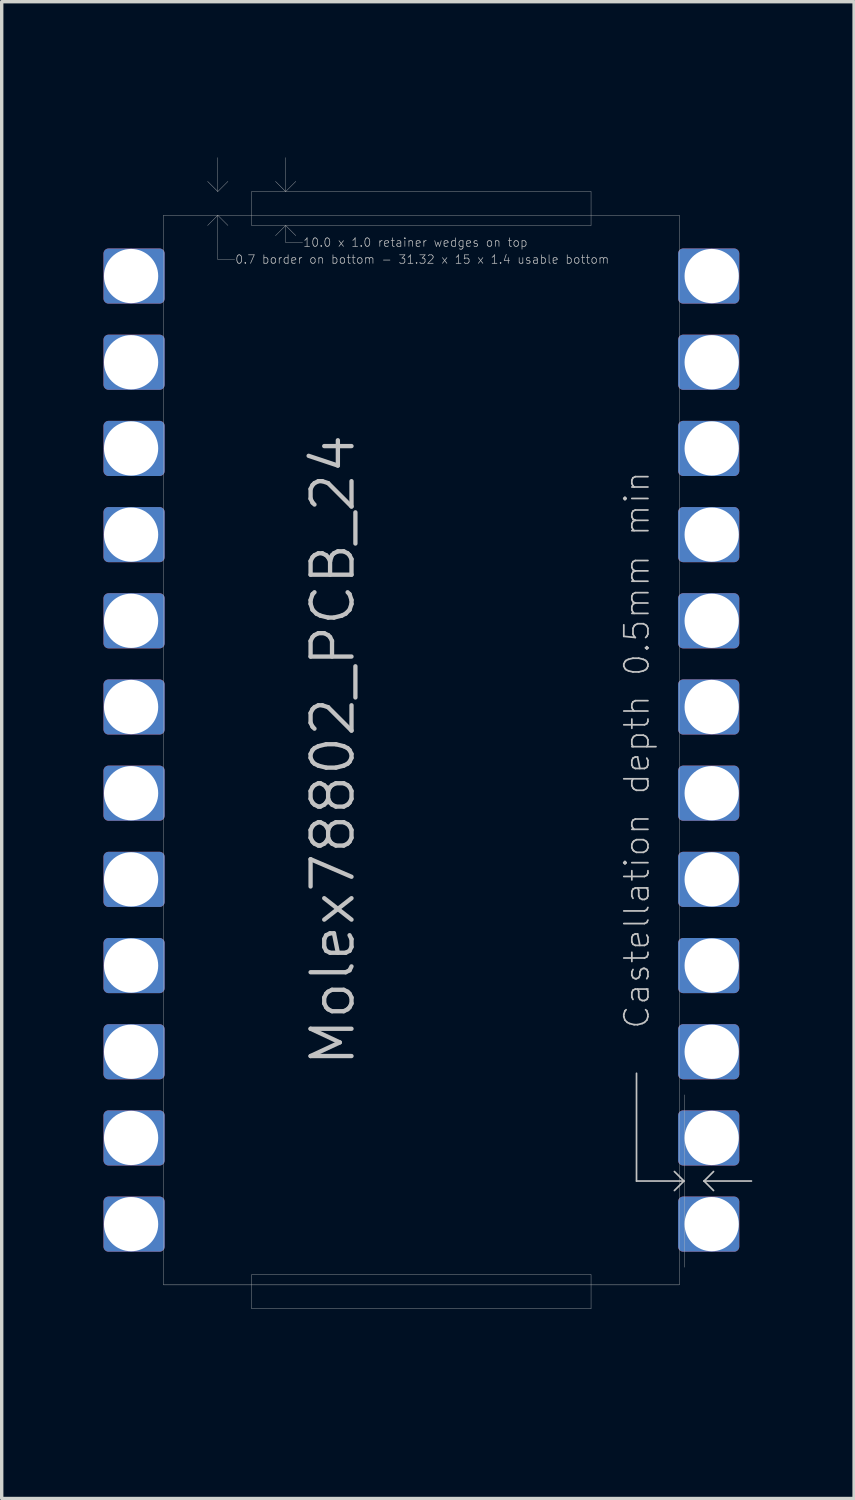
<source format=kicad_pcb>
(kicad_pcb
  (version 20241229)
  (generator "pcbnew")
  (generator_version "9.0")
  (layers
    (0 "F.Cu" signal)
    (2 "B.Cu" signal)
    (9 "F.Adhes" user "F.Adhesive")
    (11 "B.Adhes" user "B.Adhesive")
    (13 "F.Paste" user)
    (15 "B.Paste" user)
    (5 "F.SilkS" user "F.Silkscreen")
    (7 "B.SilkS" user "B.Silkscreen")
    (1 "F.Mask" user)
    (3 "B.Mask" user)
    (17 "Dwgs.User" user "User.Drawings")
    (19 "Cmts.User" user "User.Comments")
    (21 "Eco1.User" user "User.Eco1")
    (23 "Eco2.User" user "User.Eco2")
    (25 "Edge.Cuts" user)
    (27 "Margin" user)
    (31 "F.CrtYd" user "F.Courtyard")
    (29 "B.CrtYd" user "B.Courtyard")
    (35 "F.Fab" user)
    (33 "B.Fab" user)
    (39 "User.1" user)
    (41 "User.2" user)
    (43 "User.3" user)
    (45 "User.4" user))
  (footprint "Molex78802_PCB_24"
    (layer "F.Cu")
    (at 9.368 19.055)
    (property "Reference" "Molex78802_PCB_24" (at -1.905 0 270) (layer "Dwgs.User") (effects (font (size 1.206 1.206) (thickness 0.127)) (justify bottom)))
    (attr exclude_from_pos_files exclude_from_bom)
    (fp_poly (pts (xy -7.717 -13.31) (xy -9.216 -13.31) (xy -9.216 -14.63) (xy -7.717 -14.63)) (stroke (width 0.305) (type solid)) (fill yes) (layer "F.Cu"))
    (fp_poly (pts (xy -7.717 -10.77) (xy -9.216 -10.77) (xy -9.216 -12.09) (xy -7.717 -12.09)) (stroke (width 0.305) (type solid)) (fill yes) (layer "F.Cu"))
    (fp_poly (pts (xy -7.717 -8.23) (xy -9.216 -8.23) (xy -9.216 -9.55) (xy -7.717 -9.55)) (stroke (width 0.305) (type solid)) (fill yes) (layer "F.Cu"))
    (fp_poly (pts (xy -7.717 -5.69) (xy -9.216 -5.69) (xy -9.216 -7.01) (xy -7.717 -7.01)) (stroke (width 0.305) (type solid)) (fill yes) (layer "F.Cu"))
    (fp_poly (pts (xy -7.717 -3.15) (xy -9.216 -3.15) (xy -9.216 -4.47) (xy -7.717 -4.47)) (stroke (width 0.305) (type solid)) (fill yes) (layer "F.Cu"))
    (fp_poly (pts (xy -7.717 -0.61) (xy -9.216 -0.61) (xy -9.216 -1.93) (xy -7.717 -1.93)) (stroke (width 0.305) (type solid)) (fill yes) (layer "F.Cu"))
    (fp_poly (pts (xy -7.717 1.93) (xy -9.216 1.93) (xy -9.216 0.61) (xy -7.717 0.61)) (stroke (width 0.305) (type solid)) (fill yes) (layer "F.Cu"))
    (fp_poly (pts (xy -7.717 4.47) (xy -9.216 4.47) (xy -9.216 3.15) (xy -7.717 3.15)) (stroke (width 0.305) (type solid)) (fill yes) (layer "F.Cu"))
    (fp_poly (pts (xy -7.717 7.01) (xy -9.216 7.01) (xy -9.216 5.69) (xy -7.717 5.69)) (stroke (width 0.305) (type solid)) (fill yes) (layer "F.Cu"))
    (fp_poly (pts (xy -7.717 9.55) (xy -9.216 9.55) (xy -9.216 8.23) (xy -7.717 8.23)) (stroke (width 0.305) (type solid)) (fill yes) (layer "F.Cu"))
    (fp_poly (pts (xy -7.717 12.09) (xy -9.216 12.09) (xy -9.216 10.77) (xy -7.717 10.77)) (stroke (width 0.305) (type solid)) (fill yes) (layer "F.Cu"))
    (fp_poly (pts (xy -7.717 14.63) (xy -9.216 14.63) (xy -9.216 13.31) (xy -7.717 13.31)) (stroke (width 0.305) (type solid)) (fill yes) (layer "F.Cu"))
    (fp_poly (pts (xy 9.216 -13.31) (xy 7.717 -13.31) (xy 7.717 -14.63) (xy 9.216 -14.63)) (stroke (width 0.305) (type solid)) (fill yes) (layer "F.Cu"))
    (fp_poly (pts (xy 9.216 -10.77) (xy 7.717 -10.77) (xy 7.717 -12.09) (xy 9.216 -12.09)) (stroke (width 0.305) (type solid)) (fill yes) (layer "F.Cu"))
    (fp_poly (pts (xy 9.216 -8.23) (xy 7.717 -8.23) (xy 7.717 -9.55) (xy 9.216 -9.55)) (stroke (width 0.305) (type solid)) (fill yes) (layer "F.Cu"))
    (fp_poly (pts (xy 9.216 -5.69) (xy 7.717 -5.69) (xy 7.717 -7.01) (xy 9.216 -7.01)) (stroke (width 0.305) (type solid)) (fill yes) (layer "F.Cu"))
    (fp_poly (pts (xy 9.216 -3.15) (xy 7.717 -3.15) (xy 7.717 -4.47) (xy 9.216 -4.47)) (stroke (width 0.305) (type solid)) (fill yes) (layer "F.Cu"))
    (fp_poly (pts (xy 9.216 -0.61) (xy 7.717 -0.61) (xy 7.717 -1.93) (xy 9.216 -1.93)) (stroke (width 0.305) (type solid)) (fill yes) (layer "F.Cu"))
    (fp_poly (pts (xy 9.216 1.93) (xy 7.717 1.93) (xy 7.717 0.61) (xy 9.216 0.61)) (stroke (width 0.305) (type solid)) (fill yes) (layer "F.Cu"))
    (fp_poly (pts (xy 9.216 4.47) (xy 7.717 4.47) (xy 7.717 3.15) (xy 9.216 3.15)) (stroke (width 0.305) (type solid)) (fill yes) (layer "F.Cu"))
    (fp_poly (pts (xy 9.216 7.01) (xy 7.717 7.01) (xy 7.717 5.69) (xy 9.216 5.69)) (stroke (width 0.305) (type solid)) (fill yes) (layer "F.Cu"))
    (fp_poly (pts (xy 9.216 9.55) (xy 7.717 9.55) (xy 7.717 8.23) (xy 9.216 8.23)) (stroke (width 0.305) (type solid)) (fill yes) (layer "F.Cu"))
    (fp_poly (pts (xy 9.216 12.09) (xy 7.717 12.09) (xy 7.717 10.77) (xy 9.216 10.77)) (stroke (width 0.305) (type solid)) (fill yes) (layer "F.Cu"))
    (fp_poly (pts (xy 9.216 14.63) (xy 7.717 14.63) (xy 7.717 13.31) (xy 9.216 13.31)) (stroke (width 0.305) (type solid)) (fill yes) (layer "F.Cu"))
    (fp_poly (pts (xy -7.717 -14.63) (xy -9.216 -14.63) (xy -9.216 -13.31) (xy -7.717 -13.31)) (stroke (width 0.305) (type solid)) (fill yes) (layer "B.Cu"))
    (fp_poly (pts (xy -7.717 -12.09) (xy -9.216 -12.09) (xy -9.216 -10.77) (xy -7.717 -10.77)) (stroke (width 0.305) (type solid)) (fill yes) (layer "B.Cu"))
    (fp_poly (pts (xy -7.717 -9.55) (xy -9.216 -9.55) (xy -9.216 -8.23) (xy -7.717 -8.23)) (stroke (width 0.305) (type solid)) (fill yes) (layer "B.Cu"))
    (fp_poly (pts (xy -7.717 -7.01) (xy -9.216 -7.01) (xy -9.216 -5.69) (xy -7.717 -5.69)) (stroke (width 0.305) (type solid)) (fill yes) (layer "B.Cu"))
    (fp_poly (pts (xy -7.717 -4.47) (xy -9.216 -4.47) (xy -9.216 -3.15) (xy -7.717 -3.15)) (stroke (width 0.305) (type solid)) (fill yes) (layer "B.Cu"))
    (fp_poly (pts (xy -7.717 -1.93) (xy -9.216 -1.93) (xy -9.216 -0.61) (xy -7.717 -0.61)) (stroke (width 0.305) (type solid)) (fill yes) (layer "B.Cu"))
    (fp_poly (pts (xy -7.717 0.61) (xy -9.216 0.61) (xy -9.216 1.93) (xy -7.717 1.93)) (stroke (width 0.305) (type solid)) (fill yes) (layer "B.Cu"))
    (fp_poly (pts (xy -7.717 3.15) (xy -9.216 3.15) (xy -9.216 4.47) (xy -7.717 4.47)) (stroke (width 0.305) (type solid)) (fill yes) (layer "B.Cu"))
    (fp_poly (pts (xy -7.717 5.69) (xy -9.216 5.69) (xy -9.216 7.01) (xy -7.717 7.01)) (stroke (width 0.305) (type solid)) (fill yes) (layer "B.Cu"))
    (fp_poly (pts (xy -7.717 8.23) (xy -9.216 8.23) (xy -9.216 9.55) (xy -7.717 9.55)) (stroke (width 0.305) (type solid)) (fill yes) (layer "B.Cu"))
    (fp_poly (pts (xy -7.717 10.77) (xy -9.216 10.77) (xy -9.216 12.09) (xy -7.717 12.09)) (stroke (width 0.305) (type solid)) (fill yes) (layer "B.Cu"))
    (fp_poly (pts (xy -7.717 13.31) (xy -9.216 13.31) (xy -9.216 14.63) (xy -7.717 14.63)) (stroke (width 0.305) (type solid)) (fill yes) (layer "B.Cu"))
    (fp_poly (pts (xy 9.216 -14.63) (xy 7.717 -14.63) (xy 7.717 -13.31) (xy 9.216 -13.31)) (stroke (width 0.305) (type solid)) (fill yes) (layer "B.Cu"))
    (fp_poly (pts (xy 9.216 -12.09) (xy 7.717 -12.09) (xy 7.717 -10.77) (xy 9.216 -10.77)) (stroke (width 0.305) (type solid)) (fill yes) (layer "B.Cu"))
    (fp_poly (pts (xy 9.216 -9.55) (xy 7.717 -9.55) (xy 7.717 -8.23) (xy 9.216 -8.23)) (stroke (width 0.305) (type solid)) (fill yes) (layer "B.Cu"))
    (fp_poly (pts (xy 9.216 -7.01) (xy 7.717 -7.01) (xy 7.717 -5.69) (xy 9.216 -5.69)) (stroke (width 0.305) (type solid)) (fill yes) (layer "B.Cu"))
    (fp_poly (pts (xy 9.216 -4.47) (xy 7.717 -4.47) (xy 7.717 -3.15) (xy 9.216 -3.15)) (stroke (width 0.305) (type solid)) (fill yes) (layer "B.Cu"))
    (fp_poly (pts (xy 9.216 -1.93) (xy 7.717 -1.93) (xy 7.717 -0.61) (xy 9.216 -0.61)) (stroke (width 0.305) (type solid)) (fill yes) (layer "B.Cu"))
    (fp_poly (pts (xy 9.216 0.61) (xy 7.717 0.61) (xy 7.717 1.93) (xy 9.216 1.93)) (stroke (width 0.305) (type solid)) (fill yes) (layer "B.Cu"))
    (fp_poly (pts (xy 9.216 3.15) (xy 7.717 3.15) (xy 7.717 4.47) (xy 9.216 4.47)) (stroke (width 0.305) (type solid)) (fill yes) (layer "B.Cu"))
    (fp_poly (pts (xy 9.216 5.69) (xy 7.717 5.69) (xy 7.717 7.01) (xy 9.216 7.01)) (stroke (width 0.305) (type solid)) (fill yes) (layer "B.Cu"))
    (fp_poly (pts (xy 9.216 8.23) (xy 7.717 8.23) (xy 7.717 9.55) (xy 9.216 9.55)) (stroke (width 0.305) (type solid)) (fill yes) (layer "B.Cu"))
    (fp_poly (pts (xy 9.216 10.77) (xy 7.717 10.77) (xy 7.717 12.09) (xy 9.216 12.09)) (stroke (width 0.305) (type solid)) (fill yes) (layer "B.Cu"))
    (fp_poly (pts (xy 9.216 13.31) (xy 7.717 13.31) (xy 7.717 14.63) (xy 9.216 14.63)) (stroke (width 0.305) (type solid)) (fill yes) (layer "B.Cu"))
    (fp_line (start -7.6 -15.76) (end -7.6 15.76) (stroke (width 0.01) (type solid)) (layer "Dwgs.User"))
    (fp_line (start -7.6 -15.76) (end 7.6 -15.76) (stroke (width 0.01) (type solid)) (layer "Dwgs.User"))
    (fp_line (start -7.6 15.76) (end 7.6 15.76) (stroke (width 0.01) (type solid)) (layer "Dwgs.User"))
    (fp_line (start -6 -16.46) (end -6.3 -16.76) (stroke (width 0.01) (type solid)) (layer "Dwgs.User"))
    (fp_line (start -6 -16.46) (end -6 -17.46) (stroke (width 0.01) (type solid)) (layer "Dwgs.User"))
    (fp_line (start -6 -16.46) (end -5.7 -16.76) (stroke (width 0.01) (type solid)) (layer "Dwgs.User"))
    (fp_line (start -6 -15.76) (end -6.3 -15.46) (stroke (width 0.01) (type solid)) (layer "Dwgs.User"))
    (fp_line (start -6 -15.76) (end -6 -14.46) (stroke (width 0.01) (type solid)) (layer "Dwgs.User"))
    (fp_line (start -6 -15.76) (end -5.7 -15.46) (stroke (width 0.01) (type solid)) (layer "Dwgs.User"))
    (fp_line (start -6 -14.46) (end -5.5 -14.46) (stroke (width 0.01) (type solid)) (layer "Dwgs.User"))
    (fp_line (start -5 -16.46) (end -5 -15.46) (stroke (width 0.01) (type solid)) (layer "Dwgs.User"))
    (fp_line (start -5 -15.46) (end 5 -15.46) (stroke (width 0.01) (type solid)) (layer "Dwgs.User"))
    (fp_line (start -5 15.46) (end -5 16.46) (stroke (width 0.01) (type solid)) (layer "Dwgs.User"))
    (fp_line (start -5 15.46) (end 5 15.46) (stroke (width 0.01) (type solid)) (layer "Dwgs.User"))
    (fp_line (start -5 16.46) (end 5 16.46) (stroke (width 0.01) (type solid)) (layer "Dwgs.User"))
    (fp_line (start -4 -16.46) (end -4.3 -16.76) (stroke (width 0.01) (type solid)) (layer "Dwgs.User"))
    (fp_line (start -4 -16.46) (end -4 -17.46) (stroke (width 0.01) (type solid)) (layer "Dwgs.User"))
    (fp_line (start -4 -16.46) (end -3.7 -16.76) (stroke (width 0.01) (type solid)) (layer "Dwgs.User"))
    (fp_line (start -4 -15.46) (end -4.3 -15.16) (stroke (width 0.01) (type solid)) (layer "Dwgs.User"))
    (fp_line (start -4 -15.46) (end -4 -14.96) (stroke (width 0.01) (type solid)) (layer "Dwgs.User"))
    (fp_line (start -4 -15.46) (end -3.7 -15.16) (stroke (width 0.01) (type solid)) (layer "Dwgs.User"))
    (fp_line (start -4 -14.96) (end -3.5 -14.96) (stroke (width 0.01) (type solid)) (layer "Dwgs.User"))
    (fp_line (start 5 -16.46) (end -5 -16.46) (stroke (width 0.01) (type solid)) (layer "Dwgs.User"))
    (fp_line (start 5 -15.46) (end 5 -16.46) (stroke (width 0.01) (type solid)) (layer "Dwgs.User"))
    (fp_line (start 5 16.46) (end 5 15.46) (stroke (width 0.01) (type solid)) (layer "Dwgs.User"))
    (fp_line (start 6.34 9.525) (end 6.34 12.7) (stroke (width 0.05) (type solid)) (layer "Dwgs.User"))
    (fp_line (start 6.34 12.7) (end 7.737 12.7) (stroke (width 0.05) (type solid)) (layer "Dwgs.User"))
    (fp_line (start 7.457 12.42) (end 7.737 12.7) (stroke (width 0.05) (type solid)) (layer "Dwgs.User"))
    (fp_line (start 7.6 -15.76) (end 7.6 15.76) (stroke (width 0.01) (type solid)) (layer "Dwgs.User"))
    (fp_line (start 7.737 12.7) (end 7.457 12.98) (stroke (width 0.05) (type solid)) (layer "Dwgs.User"))
    (fp_line (start 7.757 15.24) (end 7.757 10.16) (stroke (width 0.01) (type solid)) (layer "Dwgs.User"))
    (fp_line (start 8.33 12.7) (end 8.61 12.98) (stroke (width 0.05) (type solid)) (layer "Dwgs.User"))
    (fp_line (start 8.33 12.7) (end 9.727 12.7) (stroke (width 0.05) (type solid)) (layer "Dwgs.User"))
    (fp_line (start 8.61 12.42) (end 8.33 12.7) (stroke (width 0.05) (type solid)) (layer "Dwgs.User"))
    (fp_line (start -8.26 -16.51) (end -0.762 -16.51) (stroke (width 0.01) (type solid)) (layer "Eco1.User"))
    (fp_line (start -8.26 16.51) (end -8.26 -16.51) (stroke (width 0.01) (type solid)) (layer "Eco1.User"))
    (fp_line (start -8.26 16.51) (end -4.559 16.51) (stroke (width 0.01) (type solid)) (layer "Eco1.User"))
    (fp_line (start -4.559 16.51) (end -4.559 19.05) (stroke (width 0.01) (type solid)) (layer "Eco1.User"))
    (fp_line (start -4.559 19.05) (end -3.035 19.05) (stroke (width 0.01) (type solid)) (layer "Eco1.User"))
    (fp_line (start -3.035 19.05) (end -3.035 16.51) (stroke (width 0.01) (type solid)) (layer "Eco1.User"))
    (fp_line (start -0.762 -19.05) (end 0.762 -19.05) (stroke (width 0.01) (type solid)) (layer "Eco1.User"))
    (fp_line (start -0.762 -16.51) (end -0.762 -19.05) (stroke (width 0.01) (type solid)) (layer "Eco1.User"))
    (fp_line (start 0.762 -19.05) (end 0.762 -16.51) (stroke (width 0.01) (type solid)) (layer "Eco1.User"))
    (fp_line (start 0.762 -16.51) (end 8.26 -16.51) (stroke (width 0.01) (type solid)) (layer "Eco1.User"))
    (fp_line (start 3.035 16.51) (end -3.035 16.51) (stroke (width 0.01) (type solid)) (layer "Eco1.User"))
    (fp_line (start 3.035 19.05) (end 3.035 16.51) (stroke (width 0.01) (type solid)) (layer "Eco1.User"))
    (fp_line (start 4.559 16.51) (end 4.559 19.05) (stroke (width 0.01) (type solid)) (layer "Eco1.User"))
    (fp_line (start 4.559 16.51) (end 8.26 16.51) (stroke (width 0.01) (type solid)) (layer "Eco1.User"))
    (fp_line (start 4.559 19.05) (end 3.035 19.05) (stroke (width 0.01) (type solid)) (layer "Eco1.User"))
    (fp_line (start 8.26 16.51) (end 8.26 -16.51) (stroke (width 0.01) (type solid)) (layer "Eco1.User"))
    (fp_line (start -8.3 16.46) (end -8.3 -14.76) (stroke (width 0.01) (type solid)) (layer "Eco2.User"))
    (fp_line (start -8.3 16.46) (end 8.3 16.46) (stroke (width 0.01) (type solid)) (layer "Eco2.User"))
    (fp_line (start -6.6 -16.46) (end -8.3 -14.76) (stroke (width 0.01) (type solid)) (layer "Eco2.User"))
    (fp_line (start 8.3 -16.46) (end -6.6 -16.46) (stroke (width 0.01) (type solid)) (layer "Eco2.User"))
    (fp_line (start 8.3 16.46) (end 8.3 -16.46) (stroke (width 0.01) (type solid)) (layer "Eco2.User"))
    (fp_text user "0.7 border on bottom - 31.32 x 15 x 1.4 usable bottom" (at -5.5 -14.46 0) (layer "Dwgs.User") (effects (font (size 0.25 0.25) (thickness 0.02)) (justify left)))
    (fp_text user "10.0 x 1.0 retainer wedges on top" (at -3.5 -14.96 0) (layer "Dwgs.User") (effects (font (size 0.25 0.25) (thickness 0.02)) (justify left)))
    (fp_text user "Castellation depth 0.5mm min" (at 6.35 0 270) (layer "Dwgs.User") (effects (font (size 0.711 0.711) (thickness 0.051))))
    (fp_text user "Eco1.User is Edge.Cuts for use without carrier." (at -4.445 0 270) (layer "Eco1.User") (effects (font (size 0.8 0.8) (thickness 0.05))))
    (fp_text user "Board outline: 0.01mm grid, copy Eco2.User" (at -6 0 270) (layer "Eco2.User") (effects (font (size 0.711 0.711) (thickness 0.051))))
    (pad "1" thru_hole circle (at -8.555 -13.97) (size 1.6 1.6) (drill 1.598) (layers "*.Cu" "*.Mask"))
    (pad "2" thru_hole circle (at -8.555 -11.43) (size 1.6 1.6) (drill 1.598) (layers "*.Cu" "*.Mask"))
    (pad "3" thru_hole circle (at -8.555 -8.89) (size 1.6 1.6) (drill 1.598) (layers "*.Cu" "*.Mask"))
    (pad "4" thru_hole circle (at -8.555 -6.35) (size 1.6 1.6) (drill 1.598) (layers "*.Cu" "*.Mask"))
    (pad "5" thru_hole circle (at -8.555 -3.81) (size 1.6 1.6) (drill 1.598) (layers "*.Cu" "*.Mask"))
    (pad "6" thru_hole circle (at -8.555 -1.27) (size 1.6 1.6) (drill 1.598) (layers "*.Cu" "*.Mask"))
    (pad "7" thru_hole circle (at -8.555 1.27) (size 1.6 1.6) (drill 1.598) (layers "*.Cu" "*.Mask"))
    (pad "8" thru_hole circle (at -8.555 3.81) (size 1.6 1.6) (drill 1.598) (layers "*.Cu" "*.Mask"))
    (pad "9" thru_hole circle (at -8.555 6.35) (size 1.6 1.6) (drill 1.598) (layers "*.Cu" "*.Mask"))
    (pad "10" thru_hole circle (at -8.555 8.89) (size 1.6 1.6) (drill 1.598) (layers "*.Cu" "*.Mask"))
    (pad "11" thru_hole circle (at -8.555 11.43) (size 1.6 1.6) (drill 1.598) (layers "*.Cu" "*.Mask"))
    (pad "12" thru_hole circle (at -8.555 13.97) (size 1.6 1.6) (drill 1.598) (layers "*.Cu" "*.Mask"))
    (pad "13" thru_hole circle (at 8.555 13.97 180) (size 1.6 1.6) (drill 1.598) (layers "*.Cu" "*.Mask"))
    (pad "14" thru_hole circle (at 8.555 11.43 180) (size 1.6 1.6) (drill 1.598) (layers "*.Cu" "*.Mask"))
    (pad "15" thru_hole circle (at 8.555 8.89 180) (size 1.6 1.6) (drill 1.598) (layers "*.Cu" "*.Mask"))
    (pad "16" thru_hole circle (at 8.555 6.35 180) (size 1.6 1.6) (drill 1.598) (layers "*.Cu" "*.Mask"))
    (pad "17" thru_hole circle (at 8.555 3.81 180) (size 1.6 1.6) (drill 1.598) (layers "*.Cu" "*.Mask"))
    (pad "18" thru_hole circle (at 8.555 1.27 180) (size 1.6 1.6) (drill 1.598) (layers "*.Cu" "*.Mask"))
    (pad "19" thru_hole circle (at 8.555 -1.27 180) (size 1.6 1.6) (drill 1.598) (layers "*.Cu" "*.Mask"))
    (pad "20" thru_hole circle (at 8.555 -3.81 180) (size 1.6 1.6) (drill 1.598) (layers "*.Cu" "*.Mask"))
    (pad "21" thru_hole circle (at 8.555 -6.35 180) (size 1.6 1.6) (drill 1.598) (layers "*.Cu" "*.Mask"))
    (pad "22" thru_hole circle (at 8.555 -8.89 180) (size 1.6 1.6) (drill 1.598) (layers "*.Cu" "*.Mask"))
    (pad "23" thru_hole circle (at 8.555 -11.43 180) (size 1.6 1.6) (drill 1.598) (layers "*.Cu" "*.Mask"))
    (pad "24" thru_hole circle (at 8.555 -13.97 180) (size 1.6 1.6) (drill 1.598) (layers "*.Cu" "*.Mask")))
  (gr_rect
    (start -3 -3)
    (end 22.12 41.11)
    (stroke (width 0.1) (type default))
    (fill no)
    (layer "Edge.Cuts")))
</source>
